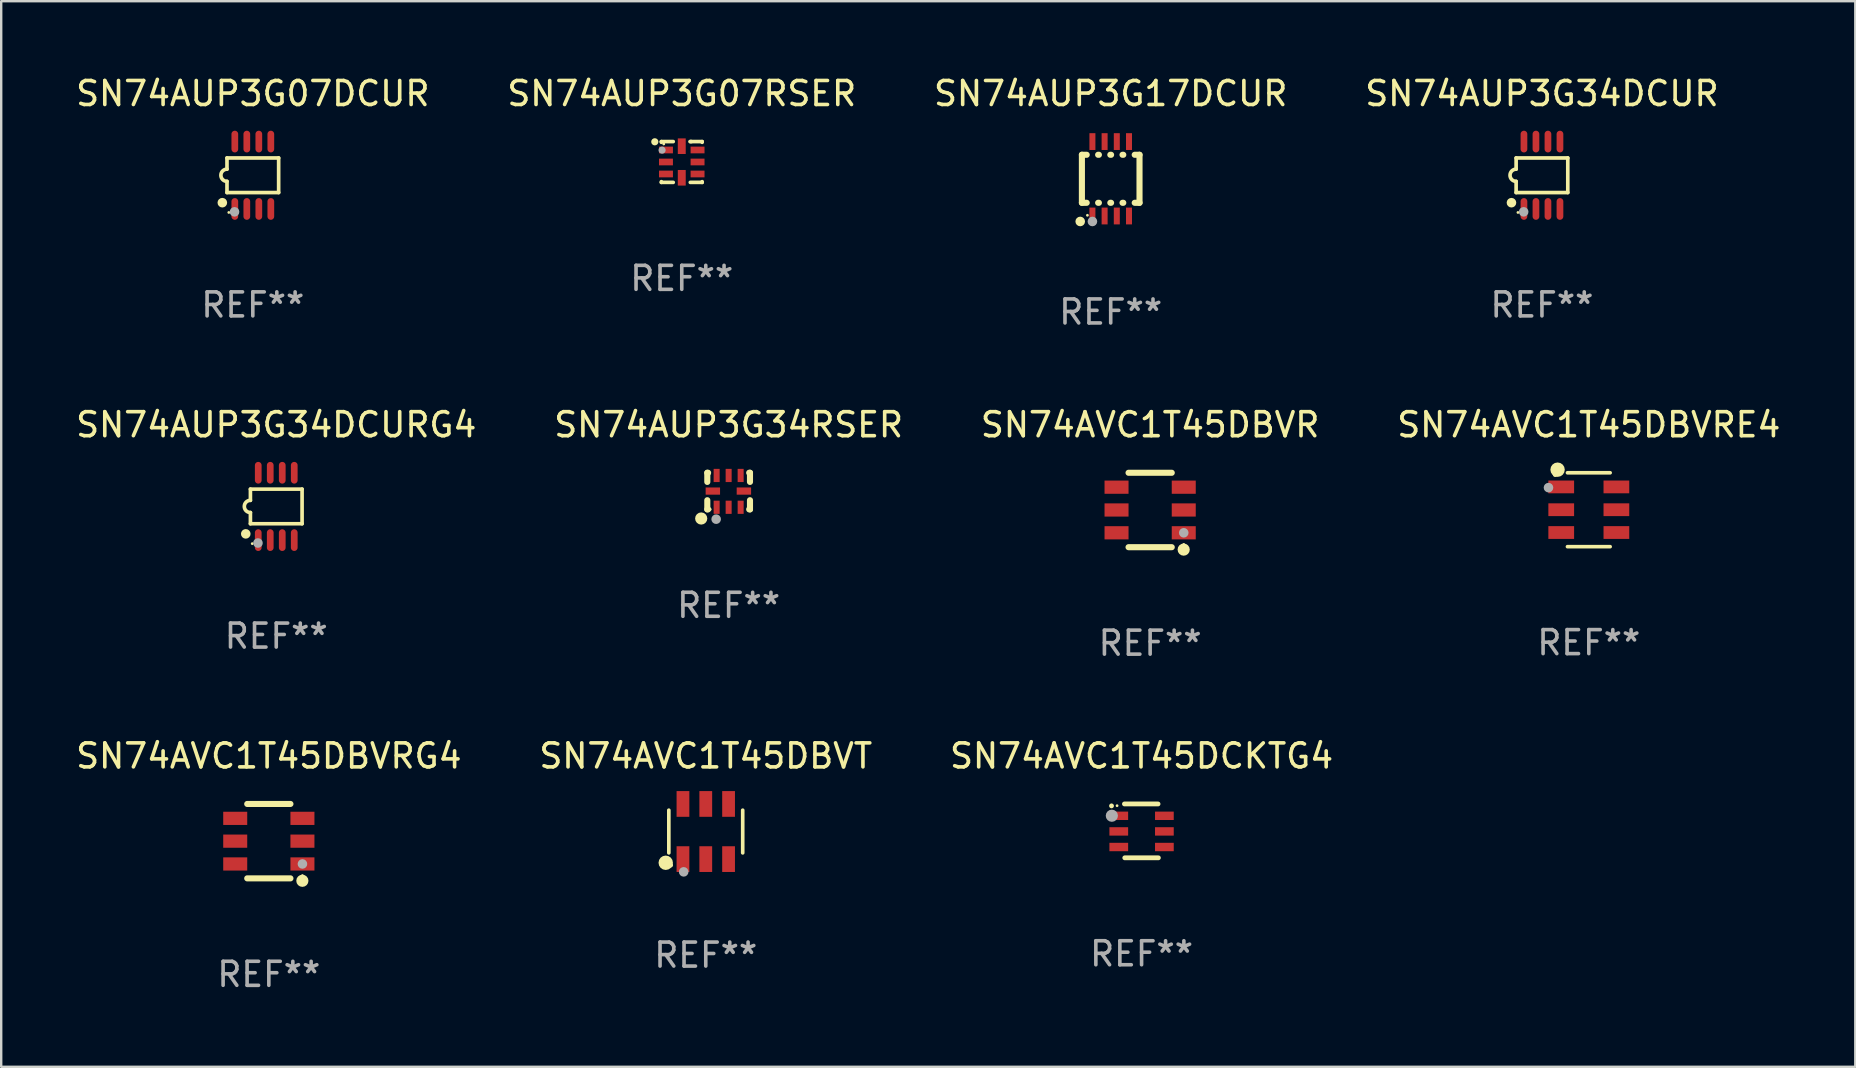
<source format=kicad_pcb>
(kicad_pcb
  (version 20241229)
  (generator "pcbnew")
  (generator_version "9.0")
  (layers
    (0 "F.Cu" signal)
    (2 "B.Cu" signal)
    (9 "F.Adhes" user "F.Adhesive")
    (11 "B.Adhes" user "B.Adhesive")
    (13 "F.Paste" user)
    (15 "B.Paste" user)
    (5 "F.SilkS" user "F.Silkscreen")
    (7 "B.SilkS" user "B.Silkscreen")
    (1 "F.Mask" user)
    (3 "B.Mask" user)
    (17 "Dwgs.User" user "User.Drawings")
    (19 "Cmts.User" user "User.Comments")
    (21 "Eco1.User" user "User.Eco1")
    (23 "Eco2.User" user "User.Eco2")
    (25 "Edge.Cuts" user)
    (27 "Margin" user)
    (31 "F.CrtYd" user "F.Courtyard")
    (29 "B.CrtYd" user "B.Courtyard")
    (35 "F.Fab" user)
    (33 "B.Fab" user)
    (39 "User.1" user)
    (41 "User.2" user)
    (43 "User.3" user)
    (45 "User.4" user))
  (footprint "SN74AUP3G07RSER"
    (layer "F.Cu")
    (at 25.351 3.698)
    (property "Reference" "SN74AUP3G07RSER" (at 0 -2.85 0) (layer "F.SilkS") (effects (font (size 1 1) (thickness 0.15))))
    (attr through_hole)
    (fp_line (start -0.85 -0.85) (end -0.355 -0.85) (stroke (width 0.152) (type solid)) (layer "F.SilkS"))
    (fp_line (start -0.85 -0.82) (end -0.85 -0.85) (stroke (width 0.152) (type solid)) (layer "F.SilkS"))
    (fp_line (start -0.85 0.85) (end -0.85 0.82) (stroke (width 0.152) (type solid)) (layer "F.SilkS"))
    (fp_line (start -0.355 0.85) (end -0.85 0.85) (stroke (width 0.152) (type solid)) (layer "F.SilkS"))
    (fp_line (start 0.35 -0.85) (end 0.85 -0.85) (stroke (width 0.152) (type solid)) (layer "F.SilkS"))
    (fp_line (start 0.355 -0.85) (end 0.4 -0.85) (stroke (width 0.152) (type solid)) (layer "F.SilkS"))
    (fp_line (start 0.85 -0.85) (end 0.85 -0.82) (stroke (width 0.152) (type solid)) (layer "F.SilkS"))
    (fp_line (start 0.85 0.82) (end 0.85 0.85) (stroke (width 0.152) (type solid)) (layer "F.SilkS"))
    (fp_line (start 0.85 0.85) (end 0.355 0.85) (stroke (width 0.152) (type solid)) (layer "F.SilkS"))
    (fp_circle (center -1.123 -0.841) (end -1.048 -0.841) (stroke (width 0.15) (type solid)) (fill no) (layer "F.SilkS"))
    (fp_circle (center -0.75 -0.75) (end -0.72 -0.75) (stroke (width 0.06) (type solid)) (fill no) (layer "F.SilkS"))
    (fp_circle (center -0.82 -0.494) (end -0.745 -0.494) (stroke (width 0.15) (type solid)) (fill no) (layer "F.Fab"))
    (fp_text user "REF**" (at 0 4.85 0) (layer "F.Fab") (effects (font (size 1 1) (thickness 0.15))))
    (pad "1" smd rect (at -0.658 -0.5) (size 0.58 0.28) (layers "F.Cu" "F.Mask" "F.Paste"))
    (pad "2" smd rect (at -0.658 -0.000013) (size 0.58 0.28) (layers "F.Cu" "F.Mask" "F.Paste"))
    (pad "3" smd rect (at -0.658 0.5) (size 0.58 0.28) (layers "F.Cu" "F.Mask" "F.Paste"))
    (pad "4" smd rect (at -0.000013 0.658) (size 0.33 0.65) (layers "F.Cu" "F.Mask" "F.Paste"))
    (pad "5" smd rect (at 0.658 0.5) (size 0.58 0.28) (layers "F.Cu" "F.Mask" "F.Paste"))
    (pad "6" smd rect (at 0.658 -0.000013) (size 0.58 0.28) (layers "F.Cu" "F.Mask" "F.Paste"))
    (pad "7" smd rect (at 0.658 -0.5) (size 0.58 0.28) (layers "F.Cu" "F.Mask" "F.Paste"))
    (pad "8" smd rect (at -0.000013 -0.658) (size 0.33 0.65) (layers "F.Cu" "F.Mask" "F.Paste")))
  (footprint "SN74AUP3G34DCUR"
    (layer "F.Cu")
    (at 61.185 4.251)
    (property "Reference" "SN74AUP3G34DCUR" (at 0 -3.403 0) (layer "F.SilkS") (effects (font (size 1 1) (thickness 0.15))))
    (attr through_hole)
    (fp_line (start -1.076 -0.721) (end 1.076 -0.721) (stroke (width 0.152) (type solid)) (layer "F.SilkS"))
    (fp_line (start -1.076 -0.254) (end -1.076 -0.721) (stroke (width 0.152) (type solid)) (layer "F.SilkS"))
    (fp_line (start -1.076 0.254) (end -1.076 0.721) (stroke (width 0.152) (type solid)) (layer "F.SilkS"))
    (fp_line (start 1.076 -0.721) (end 1.076 0.721) (stroke (width 0.152) (type solid)) (layer "F.SilkS"))
    (fp_line (start 1.076 0.721) (end -1.076 0.721) (stroke (width 0.152) (type solid)) (layer "F.SilkS"))
    (fp_arc (start -1.076226 0.254051) (mid -1.330226 0.000051) (end -1.076226 -0.253949) (stroke (width 0.151994) (type solid)) (layer "F.SilkS"))
    (fp_circle (center -1.27 1.143) (end -1.17 1.143) (stroke (width 0.2) (type solid)) (fill no) (layer "F.SilkS"))
    (fp_circle (center -1 1.55) (end -0.97 1.55) (stroke (width 0.06) (type solid)) (fill no) (layer "F.SilkS"))
    (fp_circle (center -0.762 1.524) (end -0.662 1.524) (stroke (width 0.2) (type solid)) (fill no) (layer "F.Fab"))
    (fp_text user "REF**" (at 0 5.403 0) (layer "F.Fab") (effects (font (size 1 1) (thickness 0.15))))
    (pad "1" smd oval (at -0.75 1.403) (size 0.28 0.905) (layers "F.Cu" "F.Mask" "F.Paste"))
    (pad "2" smd oval (at -0.25 1.403) (size 0.28 0.905) (layers "F.Cu" "F.Mask" "F.Paste"))
    (pad "3" smd oval (at 0.25 1.403) (size 0.28 0.905) (layers "F.Cu" "F.Mask" "F.Paste"))
    (pad "4" smd oval (at 0.75 1.403) (size 0.28 0.905) (layers "F.Cu" "F.Mask" "F.Paste"))
    (pad "5" smd oval (at 0.75 -1.403) (size 0.28 0.905) (layers "F.Cu" "F.Mask" "F.Paste"))
    (pad "6" smd oval (at 0.25 -1.403) (size 0.28 0.905) (layers "F.Cu" "F.Mask" "F.Paste"))
    (pad "7" smd oval (at -0.25 -1.403) (size 0.28 0.905) (layers "F.Cu" "F.Mask" "F.Paste"))
    (pad "8" smd oval (at -0.75 -1.403) (size 0.28 0.905) (layers "F.Cu" "F.Mask" "F.Paste")))
  (footprint "SN74AVC1T45DCKTG4"
    (layer "F.Cu")
    (at 44.506 31.563)
    (property "Reference" "SN74AVC1T45DCKTG4" (at 0 -3.122 0) (layer "F.SilkS") (effects (font (size 1 1) (thickness 0.15))))
    (attr through_hole)
    (fp_line (start 0.686 -1.122) (end -0.714 -1.122) (stroke (width 0.2) (type solid)) (layer "F.SilkS"))
    (fp_line (start 0.7 1.122) (end -0.7 1.122) (stroke (width 0.2) (type solid)) (layer "F.SilkS"))
    (fp_arc (start -1.252273 -1.041897) (mid -1.252172 -1.041898) (end -1.25207 -1.041897) (stroke (width 0.2) (type solid)) (layer "F.SilkS"))
    (fp_circle (center -1.021 -1.049) (end -0.991 -1.049) (stroke (width 0.06) (type solid)) (fill no) (layer "F.SilkS"))
    (fp_circle (center -1.239 -0.631) (end -1.112 -0.631) (stroke (width 0.254) (type solid)) (fill no) (layer "F.Fab"))
    (fp_text user "REF**" (at 0 5.122 0) (layer "F.Fab") (effects (font (size 1 1) (thickness 0.15))))
    (pad "1" smd rect (at -0.95 -0.628 270) (size 0.35 0.78) (layers "F.Cu" "F.Mask" "F.Paste"))
    (pad "2" smd rect (at -0.95 0.022 270) (size 0.35 0.78) (layers "F.Cu" "F.Mask" "F.Paste"))
    (pad "3" smd rect (at -0.95 0.672 270) (size 0.35 0.78) (layers "F.Cu" "F.Mask" "F.Paste"))
    (pad "4" smd rect (at 0.95 0.672 90) (size 0.35 0.78) (layers "F.Cu" "F.Mask" "F.Paste"))
    (pad "5" smd rect (at 0.95 0.022 90) (size 0.35 0.78) (layers "F.Cu" "F.Mask" "F.Paste"))
    (pad "6" smd rect (at 0.95 -0.628 90) (size 0.35 0.78) (layers "F.Cu" "F.Mask" "F.Paste")))
  (footprint "SN74AUP3G07DCUR"
    (layer "F.Cu")
    (at 7.482 4.251)
    (property "Reference" "SN74AUP3G07DCUR" (at 0 -3.403 0) (layer "F.SilkS") (effects (font (size 1 1) (thickness 0.15))))
    (attr through_hole)
    (fp_line (start -1.076 -0.721) (end 1.076 -0.721) (stroke (width 0.152) (type solid)) (layer "F.SilkS"))
    (fp_line (start -1.076 -0.254) (end -1.076 -0.721) (stroke (width 0.152) (type solid)) (layer "F.SilkS"))
    (fp_line (start -1.076 0.254) (end -1.076 0.721) (stroke (width 0.152) (type solid)) (layer "F.SilkS"))
    (fp_line (start 1.076 -0.721) (end 1.076 0.721) (stroke (width 0.152) (type solid)) (layer "F.SilkS"))
    (fp_line (start 1.076 0.721) (end -1.076 0.721) (stroke (width 0.152) (type solid)) (layer "F.SilkS"))
    (fp_arc (start -1.076226 0.254051) (mid -1.330226 0.000051) (end -1.076226 -0.253949) (stroke (width 0.151994) (type solid)) (layer "F.SilkS"))
    (fp_circle (center -1.27 1.143) (end -1.17 1.143) (stroke (width 0.2) (type solid)) (fill no) (layer "F.SilkS"))
    (fp_circle (center -1 1.55) (end -0.97 1.55) (stroke (width 0.06) (type solid)) (fill no) (layer "F.SilkS"))
    (fp_circle (center -0.762 1.524) (end -0.662 1.524) (stroke (width 0.2) (type solid)) (fill no) (layer "F.Fab"))
    (fp_text user "REF**" (at 0 5.403 0) (layer "F.Fab") (effects (font (size 1 1) (thickness 0.15))))
    (pad "1" smd oval (at -0.75 1.403) (size 0.28 0.905) (layers "F.Cu" "F.Mask" "F.Paste"))
    (pad "2" smd oval (at -0.25 1.403) (size 0.28 0.905) (layers "F.Cu" "F.Mask" "F.Paste"))
    (pad "3" smd oval (at 0.25 1.403) (size 0.28 0.905) (layers "F.Cu" "F.Mask" "F.Paste"))
    (pad "4" smd oval (at 0.75 1.403) (size 0.28 0.905) (layers "F.Cu" "F.Mask" "F.Paste"))
    (pad "5" smd oval (at 0.75 -1.403) (size 0.28 0.905) (layers "F.Cu" "F.Mask" "F.Paste"))
    (pad "6" smd oval (at 0.25 -1.403) (size 0.28 0.905) (layers "F.Cu" "F.Mask" "F.Paste"))
    (pad "7" smd oval (at -0.25 -1.403) (size 0.28 0.905) (layers "F.Cu" "F.Mask" "F.Paste"))
    (pad "8" smd oval (at -0.75 -1.403) (size 0.28 0.905) (layers "F.Cu" "F.Mask" "F.Paste")))
  (footprint "SN74AUP3G17DCUR"
    (layer "F.Cu")
    (at 43.22 4.398)
    (property "Reference" "SN74AUP3G17DCUR" (at 0 -3.55 0) (layer "F.SilkS") (effects (font (size 1 1) (thickness 0.15))))
    (attr through_hole)
    (fp_line (start -1.2 -1) (end -1 -1) (stroke (width 0.254) (type solid)) (layer "F.SilkS"))
    (fp_line (start -1.2 1) (end -1.2 -1) (stroke (width 0.254) (type solid)) (layer "F.SilkS"))
    (fp_line (start -1.2 1) (end -1 1) (stroke (width 0.254) (type solid)) (layer "F.SilkS"))
    (fp_line (start -0.524 -1) (end -0.492 -1) (stroke (width 0.254) (type solid)) (layer "F.SilkS"))
    (fp_line (start -0.524 1) (end -0.492 1) (stroke (width 0.254) (type solid)) (layer "F.SilkS"))
    (fp_line (start -0.016 -1) (end 0.016 -1) (stroke (width 0.254) (type solid)) (layer "F.SilkS"))
    (fp_line (start -0.016 1) (end 0.016 1) (stroke (width 0.254) (type solid)) (layer "F.SilkS"))
    (fp_line (start 0.492 -1) (end 0.524 -1) (stroke (width 0.254) (type solid)) (layer "F.SilkS"))
    (fp_line (start 0.492 1) (end 0.524 1) (stroke (width 0.254) (type solid)) (layer "F.SilkS"))
    (fp_line (start 1 -1) (end 1.2 -1) (stroke (width 0.254) (type solid)) (layer "F.SilkS"))
    (fp_line (start 1 1) (end 1.2 1) (stroke (width 0.254) (type solid)) (layer "F.SilkS"))
    (fp_line (start 1.2 -1) (end 1.2 1) (stroke (width 0.254) (type solid)) (layer "F.SilkS"))
    (fp_circle (center -1.27 1.778) (end -1.17 1.778) (stroke (width 0.2) (type solid)) (fill no) (layer "F.SilkS"))
    (fp_circle (center -0.97 1.52) (end -0.94 1.52) (stroke (width 0.06) (type solid)) (fill no) (layer "F.SilkS"))
    (fp_circle (center -0.762 1.778) (end -0.662 1.778) (stroke (width 0.2) (type solid)) (fill no) (layer "F.Fab"))
    (fp_text user "REF**" (at 0 5.55 0) (layer "F.Fab") (effects (font (size 1 1) (thickness 0.15))))
    (pad "1" smd rect (at -0.762 1.55 180) (size 0.25 0.7) (layers "F.Cu" "F.Mask" "F.Paste"))
    (pad "2" smd rect (at -0.254 1.55 180) (size 0.25 0.7) (layers "F.Cu" "F.Mask" "F.Paste"))
    (pad "3" smd rect (at 0.254 1.55 180) (size 0.25 0.7) (layers "F.Cu" "F.Mask" "F.Paste"))
    (pad "4" smd rect (at 0.762 1.55 180) (size 0.25 0.7) (layers "F.Cu" "F.Mask" "F.Paste"))
    (pad "5" smd rect (at 0.762 -1.55 180) (size 0.25 0.7) (layers "F.Cu" "F.Mask" "F.Paste"))
    (pad "6" smd rect (at 0.254 -1.55 180) (size 0.25 0.7) (layers "F.Cu" "F.Mask" "F.Paste"))
    (pad "7" smd rect (at -0.254 -1.55 180) (size 0.25 0.7) (layers "F.Cu" "F.Mask" "F.Paste"))
    (pad "8" smd rect (at -0.762 -1.55 180) (size 0.25 0.7) (layers "F.Cu" "F.Mask" "F.Paste")))
  (footprint "SN74AUP3G34RSER"
    (layer "F.Cu")
    (at 27.304 17.407)
    (property "Reference" "SN74AUP3G34RSER" (at 0 -2.762 0) (layer "F.SilkS") (effects (font (size 1 1) (thickness 0.15))))
    (attr through_hole)
    (fp_line (start -0.889 -0.762) (end -0.889 -0.381) (stroke (width 0.254) (type solid)) (layer "F.SilkS"))
    (fp_line (start -0.889 0.381) (end -0.889 0.762) (stroke (width 0.254) (type solid)) (layer "F.SilkS"))
    (fp_line (start -0.889 0.762) (end -0.856 0.762) (stroke (width 0.254) (type solid)) (layer "F.SilkS"))
    (fp_line (start -0.856 -0.762) (end -0.889 -0.762) (stroke (width 0.254) (type solid)) (layer "F.SilkS"))
    (fp_line (start 0.856 0.762) (end 0.889 0.762) (stroke (width 0.254) (type solid)) (layer "F.SilkS"))
    (fp_line (start 0.889 -0.762) (end 0.856 -0.762) (stroke (width 0.254) (type solid)) (layer "F.SilkS"))
    (fp_line (start 0.889 -0.381) (end 0.889 -0.762) (stroke (width 0.254) (type solid)) (layer "F.SilkS"))
    (fp_line (start 0.889 0.762) (end 0.889 0.381) (stroke (width 0.254) (type solid)) (layer "F.SilkS"))
    (fp_circle (center -1.143 1.143) (end -1.016 1.143) (stroke (width 0.254) (type solid)) (fill no) (layer "F.SilkS"))
    (fp_circle (center -0.768 0.762) (end -0.738 0.762) (stroke (width 0.06) (type solid)) (fill no) (layer "F.SilkS"))
    (fp_circle (center -0.52 1.171) (end -0.42 1.171) (stroke (width 0.2) (type solid)) (fill no) (layer "F.Fab"))
    (fp_text user "REF**" (at 0 4.762 0) (layer "F.Fab") (effects (font (size 1 1) (thickness 0.15))))
    (pad "1" smd rect (at -0.5 0.675 270) (size 0.55 0.25) (layers "F.Cu" "F.Mask" "F.Paste"))
    (pad "2" smd rect (at 0.000025 0.675 270) (size 0.55 0.25) (layers "F.Cu" "F.Mask" "F.Paste"))
    (pad "3" smd rect (at 0.5 0.675 270) (size 0.55 0.25) (layers "F.Cu" "F.Mask" "F.Paste"))
    (pad "4" smd rect (at 0.635 0.000051) (size 0.6 0.3) (layers "F.Cu" "F.Mask" "F.Paste"))
    (pad "5" smd rect (at 0.5 -0.65 270) (size 0.55 0.25) (layers "F.Cu" "F.Mask" "F.Paste"))
    (pad "6" smd rect (at 0.000025 -0.65 270) (size 0.55 0.25) (layers "F.Cu" "F.Mask" "F.Paste"))
    (pad "7" smd rect (at -0.5 -0.65 270) (size 0.55 0.25) (layers "F.Cu" "F.Mask" "F.Paste"))
    (pad "8" smd rect (at -0.658 0.000051) (size 0.6 0.3) (layers "F.Cu" "F.Mask" "F.Paste")))
  (footprint "SN74AVC1T45DBVR"
    (layer "F.Cu")
    (at 44.863 18.195)
    (property "Reference" "SN74AVC1T45DBVR" (at 0 -3.55 0) (layer "F.SilkS") (effects (font (size 1 1) (thickness 0.15))))
    (attr through_hole)
    (fp_line (start -0.9 -1.55) (end 0.9 -1.55) (stroke (width 0.254) (type solid)) (layer "F.SilkS"))
    (fp_line (start -0.9 1.55) (end 0.9 1.55) (stroke (width 0.254) (type solid)) (layer "F.SilkS"))
    (fp_circle (center 1.397 1.651) (end 1.524 1.651) (stroke (width 0.254) (type solid)) (fill no) (layer "F.SilkS"))
    (fp_circle (center 1.4 1.435) (end 1.43 1.435) (stroke (width 0.06) (type solid)) (fill no) (layer "F.SilkS"))
    (fp_circle (center 1.4 0.95) (end 1.5 0.95) (stroke (width 0.2) (type solid)) (fill no) (layer "F.Fab"))
    (fp_text user "REF**" (at 0 5.55 0) (layer "F.Fab") (effects (font (size 1 1) (thickness 0.15))))
    (pad "1" smd rect (at 1.4 0.95) (size 1 0.55) (layers "F.Cu" "F.Mask" "F.Paste"))
    (pad "2" smd rect (at 1.4 -0.000102) (size 1 0.55) (layers "F.Cu" "F.Mask" "F.Paste"))
    (pad "3" smd rect (at 1.4 -0.95) (size 1 0.55) (layers "F.Cu" "F.Mask" "F.Paste"))
    (pad "4" smd rect (at -1.4 -0.95) (size 1 0.55) (layers "F.Cu" "F.Mask" "F.Paste"))
    (pad "5" smd rect (at -1.4 -0.000102) (size 1 0.55) (layers "F.Cu" "F.Mask" "F.Paste"))
    (pad "6" smd rect (at -1.4 0.95) (size 1 0.55) (layers "F.Cu" "F.Mask" "F.Paste")))
  (footprint "SN74AVC1T45DBVRG4"
    (layer "F.Cu")
    (at 8.149 31.991)
    (property "Reference" "SN74AVC1T45DBVRG4" (at 0 -3.55 0) (layer "F.SilkS") (effects (font (size 1 1) (thickness 0.15))))
    (attr through_hole)
    (fp_line (start -0.9 -1.55) (end 0.9 -1.55) (stroke (width 0.254) (type solid)) (layer "F.SilkS"))
    (fp_line (start -0.9 1.55) (end 0.9 1.55) (stroke (width 0.254) (type solid)) (layer "F.SilkS"))
    (fp_circle (center 1.397 1.651) (end 1.524 1.651) (stroke (width 0.254) (type solid)) (fill no) (layer "F.SilkS"))
    (fp_circle (center 1.4 1.435) (end 1.43 1.435) (stroke (width 0.06) (type solid)) (fill no) (layer "F.SilkS"))
    (fp_circle (center 1.4 0.95) (end 1.5 0.95) (stroke (width 0.2) (type solid)) (fill no) (layer "F.Fab"))
    (fp_text user "REF**" (at 0 5.55 0) (layer "F.Fab") (effects (font (size 1 1) (thickness 0.15))))
    (pad "1" smd rect (at 1.4 0.95) (size 1 0.55) (layers "F.Cu" "F.Mask" "F.Paste"))
    (pad "2" smd rect (at 1.4 -0.000102) (size 1 0.55) (layers "F.Cu" "F.Mask" "F.Paste"))
    (pad "3" smd rect (at 1.4 -0.95) (size 1 0.55) (layers "F.Cu" "F.Mask" "F.Paste"))
    (pad "4" smd rect (at -1.4 -0.95) (size 1 0.55) (layers "F.Cu" "F.Mask" "F.Paste"))
    (pad "5" smd rect (at -1.4 -0.000102) (size 1 0.55) (layers "F.Cu" "F.Mask" "F.Paste"))
    (pad "6" smd rect (at -1.4 0.95) (size 1 0.55) (layers "F.Cu" "F.Mask" "F.Paste")))
  (footprint "SN74AVC1T45DBVRE4"
    (layer "F.Cu")
    (at 63.137 18.184)
    (property "Reference" "SN74AVC1T45DBVRE4" (at 0 -3.539 0) (layer "F.SilkS") (effects (font (size 1 1) (thickness 0.15))))
    (attr through_hole)
    (fp_line (start -0.889 -1.539) (end 0.889 -1.539) (stroke (width 0.152) (type solid)) (layer "F.SilkS"))
    (fp_line (start -0.889 1.539) (end 0.889 1.539) (stroke (width 0.152) (type solid)) (layer "F.SilkS"))
    (fp_circle (center -1.4 -1.463) (end -1.35 -1.463) (stroke (width 0.1) (type solid)) (fill no) (layer "F.SilkS"))
    (fp_circle (center -1.301 -1.668) (end -1.151 -1.668) (stroke (width 0.3) (type solid)) (fill no) (layer "F.SilkS"))
    (fp_circle (center -1.68 -0.92) (end -1.58 -0.92) (stroke (width 0.2) (type solid)) (fill no) (layer "F.Fab"))
    (fp_text user "REF**" (at 0 5.539 0) (layer "F.Fab") (effects (font (size 1 1) (thickness 0.15))))
    (pad "1" smd rect (at -1.149 -0.95 270) (size 0.532 1.072) (layers "F.Cu" "F.Mask" "F.Paste"))
    (pad "2" smd rect (at -1.149 0.000102 270) (size 0.532 1.072) (layers "F.Cu" "F.Mask" "F.Paste"))
    (pad "3" smd rect (at -1.149 0.95 270) (size 0.532 1.072) (layers "F.Cu" "F.Mask" "F.Paste"))
    (pad "4" smd rect (at 1.149 0.95 270) (size 0.532 1.072) (layers "F.Cu" "F.Mask" "F.Paste"))
    (pad "5" smd rect (at 1.149 0.000102 270) (size 0.532 1.072) (layers "F.Cu" "F.Mask" "F.Paste"))
    (pad "6" smd rect (at 1.149 -0.95 270) (size 0.532 1.072) (layers "F.Cu" "F.Mask" "F.Paste")))
  (footprint "SN74AVC1T45DBVT"
    (layer "F.Cu")
    (at 26.351 31.59)
    (property "Reference" "SN74AVC1T45DBVT" (at 0 -3.149 0) (layer "F.SilkS") (effects (font (size 1 1) (thickness 0.15))))
    (attr through_hole)
    (fp_line (start -1.539 0.889) (end -1.539 -0.889) (stroke (width 0.152) (type solid)) (layer "F.SilkS"))
    (fp_line (start 1.539 0.889) (end 1.539 -0.889) (stroke (width 0.152) (type solid)) (layer "F.SilkS"))
    (fp_circle (center -1.668 1.301) (end -1.518 1.301) (stroke (width 0.3) (type solid)) (fill no) (layer "F.SilkS"))
    (fp_circle (center -1.463 1.4) (end -1.413 1.4) (stroke (width 0.1) (type solid)) (fill no) (layer "F.SilkS"))
    (fp_circle (center -0.92 1.68) (end -0.82 1.68) (stroke (width 0.2) (type solid)) (fill no) (layer "F.Fab"))
    (fp_text user "REF**" (at 0 5.149 0) (layer "F.Fab") (effects (font (size 1 1) (thickness 0.15))))
    (pad "1" smd rect (at -0.95 1.149) (size 0.532 1.072) (layers "F.Cu" "F.Mask" "F.Paste"))
    (pad "2" smd rect (at 0 1.149) (size 0.532 1.072) (layers "F.Cu" "F.Mask" "F.Paste"))
    (pad "3" smd rect (at 0.95 1.149) (size 0.532 1.072) (layers "F.Cu" "F.Mask" "F.Paste"))
    (pad "4" smd rect (at 0.95 -1.149) (size 0.532 1.072) (layers "F.Cu" "F.Mask" "F.Paste"))
    (pad "5" smd rect (at 0 -1.149) (size 0.532 1.072) (layers "F.Cu" "F.Mask" "F.Paste"))
    (pad "6" smd rect (at -0.95 -1.149) (size 0.532 1.072) (layers "F.Cu" "F.Mask" "F.Paste")))
  (footprint "SN74AUP3G34DCURG4"
    (layer "F.Cu")
    (at 8.458 18.047)
    (property "Reference" "SN74AUP3G34DCURG4" (at 0 -3.403 0) (layer "F.SilkS") (effects (font (size 1 1) (thickness 0.15))))
    (attr through_hole)
    (fp_line (start -1.076 -0.721) (end 1.076 -0.721) (stroke (width 0.152) (type solid)) (layer "F.SilkS"))
    (fp_line (start -1.076 -0.254) (end -1.076 -0.721) (stroke (width 0.152) (type solid)) (layer "F.SilkS"))
    (fp_line (start -1.076 0.254) (end -1.076 0.721) (stroke (width 0.152) (type solid)) (layer "F.SilkS"))
    (fp_line (start 1.076 -0.721) (end 1.076 0.721) (stroke (width 0.152) (type solid)) (layer "F.SilkS"))
    (fp_line (start 1.076 0.721) (end -1.076 0.721) (stroke (width 0.152) (type solid)) (layer "F.SilkS"))
    (fp_arc (start -1.076226 0.254051) (mid -1.330226 0.000051) (end -1.076226 -0.253949) (stroke (width 0.151994) (type solid)) (layer "F.SilkS"))
    (fp_circle (center -1.27 1.143) (end -1.17 1.143) (stroke (width 0.2) (type solid)) (fill no) (layer "F.SilkS"))
    (fp_circle (center -1 1.55) (end -0.97 1.55) (stroke (width 0.06) (type solid)) (fill no) (layer "F.SilkS"))
    (fp_circle (center -0.762 1.524) (end -0.662 1.524) (stroke (width 0.2) (type solid)) (fill no) (layer "F.Fab"))
    (fp_text user "REF**" (at 0 5.403 0) (layer "F.Fab") (effects (font (size 1 1) (thickness 0.15))))
    (pad "1" smd oval (at -0.75 1.403) (size 0.28 0.905) (layers "F.Cu" "F.Mask" "F.Paste"))
    (pad "2" smd oval (at -0.25 1.403) (size 0.28 0.905) (layers "F.Cu" "F.Mask" "F.Paste"))
    (pad "3" smd oval (at 0.25 1.403) (size 0.28 0.905) (layers "F.Cu" "F.Mask" "F.Paste"))
    (pad "4" smd oval (at 0.75 1.403) (size 0.28 0.905) (layers "F.Cu" "F.Mask" "F.Paste"))
    (pad "5" smd oval (at 0.75 -1.403) (size 0.28 0.905) (layers "F.Cu" "F.Mask" "F.Paste"))
    (pad "6" smd oval (at 0.25 -1.403) (size 0.28 0.905) (layers "F.Cu" "F.Mask" "F.Paste"))
    (pad "7" smd oval (at -0.25 -1.403) (size 0.28 0.905) (layers "F.Cu" "F.Mask" "F.Paste"))
    (pad "8" smd oval (at -0.75 -1.403) (size 0.28 0.905) (layers "F.Cu" "F.Mask" "F.Paste")))
  (gr_rect
    (start -3 -3)
    (end 74.238 41.39)
    (stroke (width 0.1) (type default))
    (fill no)
    (layer "Edge.Cuts")))
</source>
